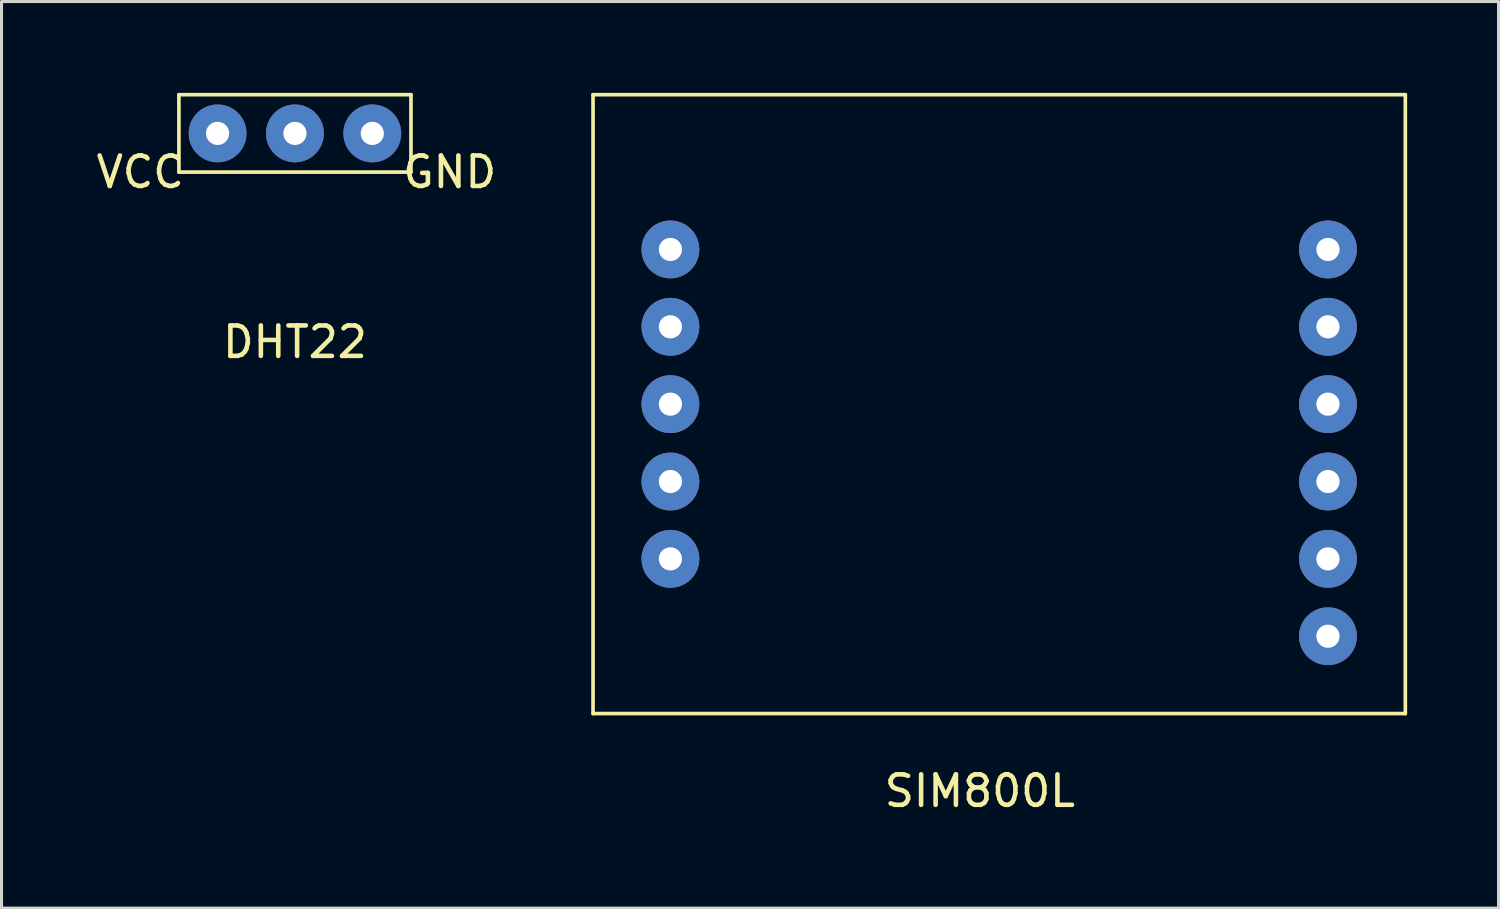
<source format=kicad_pcb>
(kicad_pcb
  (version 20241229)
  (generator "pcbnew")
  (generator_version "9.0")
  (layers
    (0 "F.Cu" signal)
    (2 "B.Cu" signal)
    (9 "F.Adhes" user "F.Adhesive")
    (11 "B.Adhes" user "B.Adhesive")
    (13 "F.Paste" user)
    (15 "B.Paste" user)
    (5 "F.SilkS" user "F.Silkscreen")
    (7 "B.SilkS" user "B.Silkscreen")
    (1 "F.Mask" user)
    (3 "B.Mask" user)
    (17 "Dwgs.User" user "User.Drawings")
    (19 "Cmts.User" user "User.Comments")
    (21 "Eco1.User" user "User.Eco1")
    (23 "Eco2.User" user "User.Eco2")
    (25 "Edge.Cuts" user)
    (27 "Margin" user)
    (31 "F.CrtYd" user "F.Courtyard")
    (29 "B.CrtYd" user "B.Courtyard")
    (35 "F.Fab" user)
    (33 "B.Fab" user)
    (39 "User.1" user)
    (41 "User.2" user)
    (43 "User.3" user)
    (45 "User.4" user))
  (footprint "SIM800L"
    (layer "F.Cu")
    (at 29.122 11.49)
    (property "Reference" "SIM800L" (at 0 11.43 0) (layer "F.SilkS") (effects (font (size 1 1) (thickness 0.15))))
    (attr through_hole)
    (fp_line (start -12.7 -11.43) (end 13.97 -11.43) (stroke (width 0.12) (type solid)) (layer "F.SilkS"))
    (fp_line (start -12.7 8.89) (end -12.7 -11.43) (stroke (width 0.12) (type solid)) (layer "F.SilkS"))
    (fp_line (start 13.97 -11.43) (end 13.97 8.89) (stroke (width 0.12) (type solid)) (layer "F.SilkS"))
    (fp_line (start 13.97 8.89) (end -12.7 8.89) (stroke (width 0.12) (type solid)) (layer "F.SilkS"))
    (pad "1" thru_hole circle (at -10.16 -6.35) (size 1.9 1.9) (drill 0.762) (layers "*.Cu" "*.Mask"))
    (pad "2" thru_hole circle (at -10.16 -3.81) (size 1.9 1.9) (drill 0.762) (layers "*.Cu" "*.Mask"))
    (pad "3" thru_hole circle (at -10.16 -1.27) (size 1.9 1.9) (drill 0.762) (layers "*.Cu" "*.Mask"))
    (pad "4" thru_hole circle (at -10.16 1.27) (size 1.9 1.9) (drill 0.762) (layers "*.Cu" "*.Mask"))
    (pad "5" thru_hole circle (at -10.16 3.81) (size 1.9 1.9) (drill 0.762) (layers "*.Cu" "*.Mask"))
    (pad "6" thru_hole circle (at 11.43 -6.35) (size 1.9 1.9) (drill 0.762) (layers "*.Cu" "*.Mask"))
    (pad "7" thru_hole circle (at 11.43 -3.81) (size 1.9 1.9) (drill 0.762) (layers "*.Cu" "*.Mask"))
    (pad "8" thru_hole circle (at 11.43 -1.27) (size 1.9 1.9) (drill 0.762) (layers "*.Cu" "*.Mask"))
    (pad "9" thru_hole circle (at 11.43 1.27) (size 1.9 1.9) (drill 0.762) (layers "*.Cu" "*.Mask"))
    (pad "10" thru_hole circle (at 11.43 3.81) (size 1.9 1.9) (drill 0.762) (layers "*.Cu" "*.Mask"))
    (pad "11" thru_hole circle (at 11.43 6.35) (size 1.9 1.9) (drill 0.762) (layers "*.Cu" "*.Mask")))
  (footprint "DHT22"
    (layer "F.Cu")
    (at 6.634 1.33)
    (property "Reference" "DHT22" (at 0 6.85 0) (layer "F.SilkS") (effects (font (size 1 1) (thickness 0.15))))
    (attr through_hole)
    (fp_line (start -3.81 -1.27) (end 3.81 -1.27) (stroke (width 0.12) (type solid)) (layer "F.SilkS"))
    (fp_line (start -3.81 1.27) (end -3.81 -1.27) (stroke (width 0.12) (type solid)) (layer "F.SilkS"))
    (fp_line (start 3.81 -1.27) (end 3.81 1.27) (stroke (width 0.12) (type solid)) (layer "F.SilkS"))
    (fp_line (start 3.81 1.27) (end -3.81 1.27) (stroke (width 0.12) (type solid)) (layer "F.SilkS"))
    (fp_text user "GND" (at 5.08 1.27 0) (layer "F.SilkS") (effects (font (size 1 1) (thickness 0.15))))
    (fp_text user "VCC" (at -5.08 1.27 0) (layer "F.SilkS") (effects (font (size 1 1) (thickness 0.15))))
    (pad "1" thru_hole circle (at -2.54 0) (size 1.9 1.9) (drill 0.762) (layers "*.Cu" "*.Mask"))
    (pad "2" thru_hole circle (at 0 0) (size 1.9 1.9) (drill 0.762) (layers "*.Cu" "*.Mask"))
    (pad "3" thru_hole circle (at 2.54 0) (size 1.9 1.9) (drill 0.762) (layers "*.Cu" "*.Mask")))
  (gr_rect
    (start -3 -3)
    (end 46.152 26.768)
    (stroke (width 0.1) (type default))
    (fill no)
    (layer "Edge.Cuts")))
</source>
